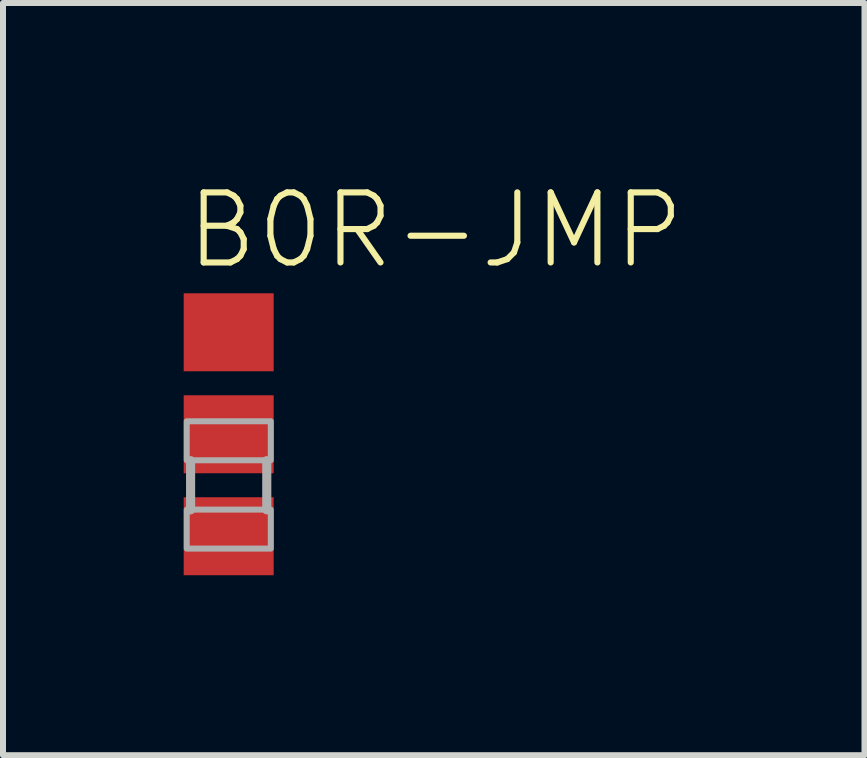
<source format=kicad_pcb>
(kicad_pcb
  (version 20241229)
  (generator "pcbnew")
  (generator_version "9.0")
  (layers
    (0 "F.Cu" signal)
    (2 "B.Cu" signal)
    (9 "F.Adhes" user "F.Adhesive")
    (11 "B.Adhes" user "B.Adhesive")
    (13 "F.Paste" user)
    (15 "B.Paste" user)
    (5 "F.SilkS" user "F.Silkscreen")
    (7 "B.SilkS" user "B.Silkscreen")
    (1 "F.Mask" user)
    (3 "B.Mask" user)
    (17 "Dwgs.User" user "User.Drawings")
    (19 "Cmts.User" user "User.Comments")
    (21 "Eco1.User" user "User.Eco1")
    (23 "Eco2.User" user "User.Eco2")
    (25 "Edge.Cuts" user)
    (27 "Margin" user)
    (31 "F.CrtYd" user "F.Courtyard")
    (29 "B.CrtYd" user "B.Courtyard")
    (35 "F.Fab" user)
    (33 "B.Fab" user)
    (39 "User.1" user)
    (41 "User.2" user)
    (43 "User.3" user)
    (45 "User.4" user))
  (footprint "B0R-JMP"
    (layer "F.Cu")
    (at 0.762 4.189)
    (property "Reference" "B0R-JMP" (at -0.762 -2.716 0) (layer "F.SilkS") (effects (font (size 1.168 1.168) (thickness 0.102)) (justify left bottom)))
    (fp_line (start -0.635 0.44) (end -0.635 1.26) (stroke (width 0.152) (type solid)) (layer "F.Fab"))
    (fp_line (start 0.635 1.26) (end 0.635 0.44) (stroke (width 0.152) (type solid)) (layer "F.Fab"))
    (fp_poly (pts (xy -0.699 -0.217) (xy -0.699 0.433) (xy 0.702 0.433) (xy 0.702 -0.217)) (stroke (width 0.1) (type solid)) (fill no) (layer "F.Fab"))
    (fp_poly (pts (xy -0.699 1.256) (xy -0.699 1.906) (xy 0.702 1.906) (xy 0.702 1.256)) (stroke (width 0.1) (type solid)) (fill no) (layer "F.Fab"))
    (pad "1" smd rect (at 0 -1.7 270) (size 1.3 1.5) (layers "F.Cu" "F.Mask" "F.Paste"))
    (pad "2" smd rect (at 0 0 270) (size 1.3 1.5) (layers "F.Cu" "F.Mask" "F.Paste"))
    (pad "3" smd rect (at 0 1.7 270) (size 1.3 1.5) (layers "F.Cu" "F.Mask" "F.Paste")))
  (gr_rect
    (start -3 -3)
    (end 11.361 9.539)
    (stroke (width 0.1) (type default))
    (fill no)
    (layer "Edge.Cuts")))
</source>
